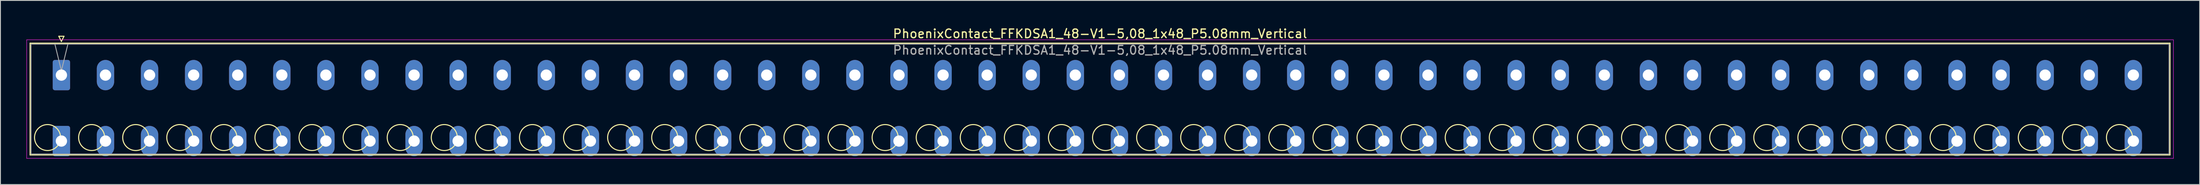
<source format=kicad_pcb>
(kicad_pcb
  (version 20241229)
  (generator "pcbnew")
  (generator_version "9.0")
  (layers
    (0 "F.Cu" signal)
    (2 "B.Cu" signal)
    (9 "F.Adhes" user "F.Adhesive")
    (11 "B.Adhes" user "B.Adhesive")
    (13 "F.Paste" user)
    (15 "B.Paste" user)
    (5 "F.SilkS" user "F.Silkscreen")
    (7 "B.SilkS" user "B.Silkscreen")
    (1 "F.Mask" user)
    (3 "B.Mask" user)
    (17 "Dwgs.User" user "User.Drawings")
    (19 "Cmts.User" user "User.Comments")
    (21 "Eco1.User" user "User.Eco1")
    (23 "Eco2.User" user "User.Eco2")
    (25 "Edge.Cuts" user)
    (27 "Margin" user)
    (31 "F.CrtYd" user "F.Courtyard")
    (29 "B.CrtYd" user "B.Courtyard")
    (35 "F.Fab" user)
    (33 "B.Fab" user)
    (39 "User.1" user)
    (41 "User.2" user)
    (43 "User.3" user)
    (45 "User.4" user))
  (footprint "PhoenixContact_FFKDSA1_48-V1-5,08_1x48_P5.08mm_Vertical"
    (layer "F.Cu")
    (at 4.025 5.628)
    (property "Reference" "PhoenixContact_FFKDSA1_48-V1-5,08_1x48_P5.08mm_Vertical" (at 119.69 -4.78 0) (layer "F.SilkS") (effects (font (size 1 1) (thickness 0.15))))
    (attr through_hole)
    (fp_line (start -3.61 -3.69) (end -3.61 9.23) (stroke (width 0.12) (type solid)) (layer "F.SilkS"))
    (fp_line (start -3.61 9.23) (end 242.99 9.23) (stroke (width 0.12) (type solid)) (layer "F.SilkS"))
    (fp_line (start -0.3 -4.49) (end 0.3 -4.49) (stroke (width 0.12) (type solid)) (layer "F.SilkS"))
    (fp_line (start 0 -3.89) (end -0.3 -4.49) (stroke (width 0.12) (type solid)) (layer "F.SilkS"))
    (fp_line (start 0.3 -4.49) (end 0 -3.89) (stroke (width 0.12) (type solid)) (layer "F.SilkS"))
    (fp_line (start 242.99 -3.69) (end -3.61 -3.69) (stroke (width 0.12) (type solid)) (layer "F.SilkS"))
    (fp_line (start 242.99 9.23) (end 242.99 -3.69) (stroke (width 0.12) (type solid)) (layer "F.SilkS"))
    (fp_circle (center -1.595 7.215) (end -0.095 7.215) (stroke (width 0.12) (type solid)) (fill no) (layer "F.SilkS"))
    (fp_circle (center 3.485 7.215) (end 4.985 7.215) (stroke (width 0.12) (type solid)) (fill no) (layer "F.SilkS"))
    (fp_circle (center 8.565 7.215) (end 10.065 7.215) (stroke (width 0.12) (type solid)) (fill no) (layer "F.SilkS"))
    (fp_circle (center 13.645 7.215) (end 15.145 7.215) (stroke (width 0.12) (type solid)) (fill no) (layer "F.SilkS"))
    (fp_circle (center 18.725 7.215) (end 20.225 7.215) (stroke (width 0.12) (type solid)) (fill no) (layer "F.SilkS"))
    (fp_circle (center 23.805 7.215) (end 25.305 7.215) (stroke (width 0.12) (type solid)) (fill no) (layer "F.SilkS"))
    (fp_circle (center 28.885 7.215) (end 30.385 7.215) (stroke (width 0.12) (type solid)) (fill no) (layer "F.SilkS"))
    (fp_circle (center 33.965 7.215) (end 35.465 7.215) (stroke (width 0.12) (type solid)) (fill no) (layer "F.SilkS"))
    (fp_circle (center 39.045 7.215) (end 40.545 7.215) (stroke (width 0.12) (type solid)) (fill no) (layer "F.SilkS"))
    (fp_circle (center 44.125 7.215) (end 45.625 7.215) (stroke (width 0.12) (type solid)) (fill no) (layer "F.SilkS"))
    (fp_circle (center 49.205 7.215) (end 50.705 7.215) (stroke (width 0.12) (type solid)) (fill no) (layer "F.SilkS"))
    (fp_circle (center 54.285 7.215) (end 55.785 7.215) (stroke (width 0.12) (type solid)) (fill no) (layer "F.SilkS"))
    (fp_circle (center 59.365 7.215) (end 60.865 7.215) (stroke (width 0.12) (type solid)) (fill no) (layer "F.SilkS"))
    (fp_circle (center 64.445 7.215) (end 65.945 7.215) (stroke (width 0.12) (type solid)) (fill no) (layer "F.SilkS"))
    (fp_circle (center 69.525 7.215) (end 71.025 7.215) (stroke (width 0.12) (type solid)) (fill no) (layer "F.SilkS"))
    (fp_circle (center 74.605 7.215) (end 76.105 7.215) (stroke (width 0.12) (type solid)) (fill no) (layer "F.SilkS"))
    (fp_circle (center 79.685 7.215) (end 81.185 7.215) (stroke (width 0.12) (type solid)) (fill no) (layer "F.SilkS"))
    (fp_circle (center 84.765 7.215) (end 86.265 7.215) (stroke (width 0.12) (type solid)) (fill no) (layer "F.SilkS"))
    (fp_circle (center 89.845 7.215) (end 91.345 7.215) (stroke (width 0.12) (type solid)) (fill no) (layer "F.SilkS"))
    (fp_circle (center 94.925 7.215) (end 96.425 7.215) (stroke (width 0.12) (type solid)) (fill no) (layer "F.SilkS"))
    (fp_circle (center 100.005 7.215) (end 101.505 7.215) (stroke (width 0.12) (type solid)) (fill no) (layer "F.SilkS"))
    (fp_circle (center 105.085 7.215) (end 106.585 7.215) (stroke (width 0.12) (type solid)) (fill no) (layer "F.SilkS"))
    (fp_circle (center 110.165 7.215) (end 111.665 7.215) (stroke (width 0.12) (type solid)) (fill no) (layer "F.SilkS"))
    (fp_circle (center 115.245 7.215) (end 116.745 7.215) (stroke (width 0.12) (type solid)) (fill no) (layer "F.SilkS"))
    (fp_circle (center 120.325 7.215) (end 121.825 7.215) (stroke (width 0.12) (type solid)) (fill no) (layer "F.SilkS"))
    (fp_circle (center 125.405 7.215) (end 126.905 7.215) (stroke (width 0.12) (type solid)) (fill no) (layer "F.SilkS"))
    (fp_circle (center 130.485 7.215) (end 131.985 7.215) (stroke (width 0.12) (type solid)) (fill no) (layer "F.SilkS"))
    (fp_circle (center 135.565 7.215) (end 137.065 7.215) (stroke (width 0.12) (type solid)) (fill no) (layer "F.SilkS"))
    (fp_circle (center 140.645 7.215) (end 142.145 7.215) (stroke (width 0.12) (type solid)) (fill no) (layer "F.SilkS"))
    (fp_circle (center 145.725 7.215) (end 147.225 7.215) (stroke (width 0.12) (type solid)) (fill no) (layer "F.SilkS"))
    (fp_circle (center 150.805 7.215) (end 152.305 7.215) (stroke (width 0.12) (type solid)) (fill no) (layer "F.SilkS"))
    (fp_circle (center 155.885 7.215) (end 157.385 7.215) (stroke (width 0.12) (type solid)) (fill no) (layer "F.SilkS"))
    (fp_circle (center 160.965 7.215) (end 162.465 7.215) (stroke (width 0.12) (type solid)) (fill no) (layer "F.SilkS"))
    (fp_circle (center 166.045 7.215) (end 167.545 7.215) (stroke (width 0.12) (type solid)) (fill no) (layer "F.SilkS"))
    (fp_circle (center 171.125 7.215) (end 172.625 7.215) (stroke (width 0.12) (type solid)) (fill no) (layer "F.SilkS"))
    (fp_circle (center 176.205 7.215) (end 177.705 7.215) (stroke (width 0.12) (type solid)) (fill no) (layer "F.SilkS"))
    (fp_circle (center 181.285 7.215) (end 182.785 7.215) (stroke (width 0.12) (type solid)) (fill no) (layer "F.SilkS"))
    (fp_circle (center 186.365 7.215) (end 187.865 7.215) (stroke (width 0.12) (type solid)) (fill no) (layer "F.SilkS"))
    (fp_circle (center 191.445 7.215) (end 192.945 7.215) (stroke (width 0.12) (type solid)) (fill no) (layer "F.SilkS"))
    (fp_circle (center 196.525 7.215) (end 198.025 7.215) (stroke (width 0.12) (type solid)) (fill no) (layer "F.SilkS"))
    (fp_circle (center 201.605 7.215) (end 203.105 7.215) (stroke (width 0.12) (type solid)) (fill no) (layer "F.SilkS"))
    (fp_circle (center 206.685 7.215) (end 208.185 7.215) (stroke (width 0.12) (type solid)) (fill no) (layer "F.SilkS"))
    (fp_circle (center 211.765 7.215) (end 213.265 7.215) (stroke (width 0.12) (type solid)) (fill no) (layer "F.SilkS"))
    (fp_circle (center 216.845 7.215) (end 218.345 7.215) (stroke (width 0.12) (type solid)) (fill no) (layer "F.SilkS"))
    (fp_circle (center 221.925 7.215) (end 223.425 7.215) (stroke (width 0.12) (type solid)) (fill no) (layer "F.SilkS"))
    (fp_circle (center 227.005 7.215) (end 228.505 7.215) (stroke (width 0.12) (type solid)) (fill no) (layer "F.SilkS"))
    (fp_circle (center 232.085 7.215) (end 233.585 7.215) (stroke (width 0.12) (type solid)) (fill no) (layer "F.SilkS"))
    (fp_circle (center 237.165 7.215) (end 238.665 7.215) (stroke (width 0.12) (type solid)) (fill no) (layer "F.SilkS"))
    (fp_line (start -4 -4.08) (end -4 9.62) (stroke (width 0.05) (type solid)) (layer "F.CrtYd"))
    (fp_line (start -4 9.62) (end 243.38 9.62) (stroke (width 0.05) (type solid)) (layer "F.CrtYd"))
    (fp_line (start 243.38 -4.08) (end -4 -4.08) (stroke (width 0.05) (type solid)) (layer "F.CrtYd"))
    (fp_line (start 243.38 9.62) (end 243.38 -4.08) (stroke (width 0.05) (type solid)) (layer "F.CrtYd"))
    (fp_line (start -3.5 -3.58) (end -3.5 9.12) (stroke (width 0.1) (type solid)) (layer "F.Fab"))
    (fp_line (start -3.5 9.12) (end 242.88 9.12) (stroke (width 0.1) (type solid)) (layer "F.Fab"))
    (fp_line (start 0 -0.5) (end -0.75 -3.58) (stroke (width 0.1) (type solid)) (layer "F.Fab"))
    (fp_line (start 0.75 -3.58) (end 0 -0.5) (stroke (width 0.1) (type solid)) (layer "F.Fab"))
    (fp_line (start 242.88 -3.58) (end -3.5 -3.58) (stroke (width 0.1) (type solid)) (layer "F.Fab"))
    (fp_line (start 242.88 9.12) (end 242.88 -3.58) (stroke (width 0.1) (type solid)) (layer "F.Fab"))
    (fp_text user "${REFERENCE}" (at 119.69 -2.88 0) (layer "F.Fab") (effects (font (size 1 1) (thickness 0.15))))
    (pad "1" thru_hole roundrect (at 0 0) (size 2 3.5) (drill 1.3) (layers "*.Cu" "*.Mask") (roundrect_rratio 0.125))
    (pad "1" thru_hole roundrect (at 0 7.62) (size 2 3.5) (drill 1.3) (layers "*.Cu" "*.Mask") (roundrect_rratio 0.125))
    (pad "2" thru_hole oval (at 5.08 0) (size 2 3.5) (drill 1.3) (layers "*.Cu" "*.Mask"))
    (pad "2" thru_hole oval (at 5.08 7.62) (size 2 3.5) (drill 1.3) (layers "*.Cu" "*.Mask"))
    (pad "3" thru_hole oval (at 10.16 0) (size 2 3.5) (drill 1.3) (layers "*.Cu" "*.Mask"))
    (pad "3" thru_hole oval (at 10.16 7.62) (size 2 3.5) (drill 1.3) (layers "*.Cu" "*.Mask"))
    (pad "4" thru_hole oval (at 15.24 0) (size 2 3.5) (drill 1.3) (layers "*.Cu" "*.Mask"))
    (pad "4" thru_hole oval (at 15.24 7.62) (size 2 3.5) (drill 1.3) (layers "*.Cu" "*.Mask"))
    (pad "5" thru_hole oval (at 20.32 0) (size 2 3.5) (drill 1.3) (layers "*.Cu" "*.Mask"))
    (pad "5" thru_hole oval (at 20.32 7.62) (size 2 3.5) (drill 1.3) (layers "*.Cu" "*.Mask"))
    (pad "6" thru_hole oval (at 25.4 0) (size 2 3.5) (drill 1.3) (layers "*.Cu" "*.Mask"))
    (pad "6" thru_hole oval (at 25.4 7.62) (size 2 3.5) (drill 1.3) (layers "*.Cu" "*.Mask"))
    (pad "7" thru_hole oval (at 30.48 0) (size 2 3.5) (drill 1.3) (layers "*.Cu" "*.Mask"))
    (pad "7" thru_hole oval (at 30.48 7.62) (size 2 3.5) (drill 1.3) (layers "*.Cu" "*.Mask"))
    (pad "8" thru_hole oval (at 35.56 0) (size 2 3.5) (drill 1.3) (layers "*.Cu" "*.Mask"))
    (pad "8" thru_hole oval (at 35.56 7.62) (size 2 3.5) (drill 1.3) (layers "*.Cu" "*.Mask"))
    (pad "9" thru_hole oval (at 40.64 0) (size 2 3.5) (drill 1.3) (layers "*.Cu" "*.Mask"))
    (pad "9" thru_hole oval (at 40.64 7.62) (size 2 3.5) (drill 1.3) (layers "*.Cu" "*.Mask"))
    (pad "10" thru_hole oval (at 45.72 0) (size 2 3.5) (drill 1.3) (layers "*.Cu" "*.Mask"))
    (pad "10" thru_hole oval (at 45.72 7.62) (size 2 3.5) (drill 1.3) (layers "*.Cu" "*.Mask"))
    (pad "11" thru_hole oval (at 50.8 0) (size 2 3.5) (drill 1.3) (layers "*.Cu" "*.Mask"))
    (pad "11" thru_hole oval (at 50.8 7.62) (size 2 3.5) (drill 1.3) (layers "*.Cu" "*.Mask"))
    (pad "12" thru_hole oval (at 55.88 0) (size 2 3.5) (drill 1.3) (layers "*.Cu" "*.Mask"))
    (pad "12" thru_hole oval (at 55.88 7.62) (size 2 3.5) (drill 1.3) (layers "*.Cu" "*.Mask"))
    (pad "13" thru_hole oval (at 60.96 0) (size 2 3.5) (drill 1.3) (layers "*.Cu" "*.Mask"))
    (pad "13" thru_hole oval (at 60.96 7.62) (size 2 3.5) (drill 1.3) (layers "*.Cu" "*.Mask"))
    (pad "14" thru_hole oval (at 66.04 0) (size 2 3.5) (drill 1.3) (layers "*.Cu" "*.Mask"))
    (pad "14" thru_hole oval (at 66.04 7.62) (size 2 3.5) (drill 1.3) (layers "*.Cu" "*.Mask"))
    (pad "15" thru_hole oval (at 71.12 0) (size 2 3.5) (drill 1.3) (layers "*.Cu" "*.Mask"))
    (pad "15" thru_hole oval (at 71.12 7.62) (size 2 3.5) (drill 1.3) (layers "*.Cu" "*.Mask"))
    (pad "16" thru_hole oval (at 76.2 0) (size 2 3.5) (drill 1.3) (layers "*.Cu" "*.Mask"))
    (pad "16" thru_hole oval (at 76.2 7.62) (size 2 3.5) (drill 1.3) (layers "*.Cu" "*.Mask"))
    (pad "17" thru_hole oval (at 81.28 0) (size 2 3.5) (drill 1.3) (layers "*.Cu" "*.Mask"))
    (pad "17" thru_hole oval (at 81.28 7.62) (size 2 3.5) (drill 1.3) (layers "*.Cu" "*.Mask"))
    (pad "18" thru_hole oval (at 86.36 0) (size 2 3.5) (drill 1.3) (layers "*.Cu" "*.Mask"))
    (pad "18" thru_hole oval (at 86.36 7.62) (size 2 3.5) (drill 1.3) (layers "*.Cu" "*.Mask"))
    (pad "19" thru_hole oval (at 91.44 0) (size 2 3.5) (drill 1.3) (layers "*.Cu" "*.Mask"))
    (pad "19" thru_hole oval (at 91.44 7.62) (size 2 3.5) (drill 1.3) (layers "*.Cu" "*.Mask"))
    (pad "20" thru_hole oval (at 96.52 0) (size 2 3.5) (drill 1.3) (layers "*.Cu" "*.Mask"))
    (pad "20" thru_hole oval (at 96.52 7.62) (size 2 3.5) (drill 1.3) (layers "*.Cu" "*.Mask"))
    (pad "21" thru_hole oval (at 101.6 0) (size 2 3.5) (drill 1.3) (layers "*.Cu" "*.Mask"))
    (pad "21" thru_hole oval (at 101.6 7.62) (size 2 3.5) (drill 1.3) (layers "*.Cu" "*.Mask"))
    (pad "22" thru_hole oval (at 106.68 0) (size 2 3.5) (drill 1.3) (layers "*.Cu" "*.Mask"))
    (pad "22" thru_hole oval (at 106.68 7.62) (size 2 3.5) (drill 1.3) (layers "*.Cu" "*.Mask"))
    (pad "23" thru_hole oval (at 111.76 0) (size 2 3.5) (drill 1.3) (layers "*.Cu" "*.Mask"))
    (pad "23" thru_hole oval (at 111.76 7.62) (size 2 3.5) (drill 1.3) (layers "*.Cu" "*.Mask"))
    (pad "24" thru_hole oval (at 116.84 0) (size 2 3.5) (drill 1.3) (layers "*.Cu" "*.Mask"))
    (pad "24" thru_hole oval (at 116.84 7.62) (size 2 3.5) (drill 1.3) (layers "*.Cu" "*.Mask"))
    (pad "25" thru_hole oval (at 121.92 0) (size 2 3.5) (drill 1.3) (layers "*.Cu" "*.Mask"))
    (pad "25" thru_hole oval (at 121.92 7.62) (size 2 3.5) (drill 1.3) (layers "*.Cu" "*.Mask"))
    (pad "26" thru_hole oval (at 127 0) (size 2 3.5) (drill 1.3) (layers "*.Cu" "*.Mask"))
    (pad "26" thru_hole oval (at 127 7.62) (size 2 3.5) (drill 1.3) (layers "*.Cu" "*.Mask"))
    (pad "27" thru_hole oval (at 132.08 0) (size 2 3.5) (drill 1.3) (layers "*.Cu" "*.Mask"))
    (pad "27" thru_hole oval (at 132.08 7.62) (size 2 3.5) (drill 1.3) (layers "*.Cu" "*.Mask"))
    (pad "28" thru_hole oval (at 137.16 0) (size 2 3.5) (drill 1.3) (layers "*.Cu" "*.Mask"))
    (pad "28" thru_hole oval (at 137.16 7.62) (size 2 3.5) (drill 1.3) (layers "*.Cu" "*.Mask"))
    (pad "29" thru_hole oval (at 142.24 0) (size 2 3.5) (drill 1.3) (layers "*.Cu" "*.Mask"))
    (pad "29" thru_hole oval (at 142.24 7.62) (size 2 3.5) (drill 1.3) (layers "*.Cu" "*.Mask"))
    (pad "30" thru_hole oval (at 147.32 0) (size 2 3.5) (drill 1.3) (layers "*.Cu" "*.Mask"))
    (pad "30" thru_hole oval (at 147.32 7.62) (size 2 3.5) (drill 1.3) (layers "*.Cu" "*.Mask"))
    (pad "31" thru_hole oval (at 152.4 0) (size 2 3.5) (drill 1.3) (layers "*.Cu" "*.Mask"))
    (pad "31" thru_hole oval (at 152.4 7.62) (size 2 3.5) (drill 1.3) (layers "*.Cu" "*.Mask"))
    (pad "32" thru_hole oval (at 157.48 0) (size 2 3.5) (drill 1.3) (layers "*.Cu" "*.Mask"))
    (pad "32" thru_hole oval (at 157.48 7.62) (size 2 3.5) (drill 1.3) (layers "*.Cu" "*.Mask"))
    (pad "33" thru_hole oval (at 162.56 0) (size 2 3.5) (drill 1.3) (layers "*.Cu" "*.Mask"))
    (pad "33" thru_hole oval (at 162.56 7.62) (size 2 3.5) (drill 1.3) (layers "*.Cu" "*.Mask"))
    (pad "34" thru_hole oval (at 167.64 0) (size 2 3.5) (drill 1.3) (layers "*.Cu" "*.Mask"))
    (pad "34" thru_hole oval (at 167.64 7.62) (size 2 3.5) (drill 1.3) (layers "*.Cu" "*.Mask"))
    (pad "35" thru_hole oval (at 172.72 0) (size 2 3.5) (drill 1.3) (layers "*.Cu" "*.Mask"))
    (pad "35" thru_hole oval (at 172.72 7.62) (size 2 3.5) (drill 1.3) (layers "*.Cu" "*.Mask"))
    (pad "36" thru_hole oval (at 177.8 0) (size 2 3.5) (drill 1.3) (layers "*.Cu" "*.Mask"))
    (pad "36" thru_hole oval (at 177.8 7.62) (size 2 3.5) (drill 1.3) (layers "*.Cu" "*.Mask"))
    (pad "37" thru_hole oval (at 182.88 0) (size 2 3.5) (drill 1.3) (layers "*.Cu" "*.Mask"))
    (pad "37" thru_hole oval (at 182.88 7.62) (size 2 3.5) (drill 1.3) (layers "*.Cu" "*.Mask"))
    (pad "38" thru_hole oval (at 187.96 0) (size 2 3.5) (drill 1.3) (layers "*.Cu" "*.Mask"))
    (pad "38" thru_hole oval (at 187.96 7.62) (size 2 3.5) (drill 1.3) (layers "*.Cu" "*.Mask"))
    (pad "39" thru_hole oval (at 193.04 0) (size 2 3.5) (drill 1.3) (layers "*.Cu" "*.Mask"))
    (pad "39" thru_hole oval (at 193.04 7.62) (size 2 3.5) (drill 1.3) (layers "*.Cu" "*.Mask"))
    (pad "40" thru_hole oval (at 198.12 0) (size 2 3.5) (drill 1.3) (layers "*.Cu" "*.Mask"))
    (pad "40" thru_hole oval (at 198.12 7.62) (size 2 3.5) (drill 1.3) (layers "*.Cu" "*.Mask"))
    (pad "41" thru_hole oval (at 203.2 0) (size 2 3.5) (drill 1.3) (layers "*.Cu" "*.Mask"))
    (pad "41" thru_hole oval (at 203.2 7.62) (size 2 3.5) (drill 1.3) (layers "*.Cu" "*.Mask"))
    (pad "42" thru_hole oval (at 208.28 0) (size 2 3.5) (drill 1.3) (layers "*.Cu" "*.Mask"))
    (pad "42" thru_hole oval (at 208.28 7.62) (size 2 3.5) (drill 1.3) (layers "*.Cu" "*.Mask"))
    (pad "43" thru_hole oval (at 213.36 0) (size 2 3.5) (drill 1.3) (layers "*.Cu" "*.Mask"))
    (pad "43" thru_hole oval (at 213.36 7.62) (size 2 3.5) (drill 1.3) (layers "*.Cu" "*.Mask"))
    (pad "44" thru_hole oval (at 218.44 0) (size 2 3.5) (drill 1.3) (layers "*.Cu" "*.Mask"))
    (pad "44" thru_hole oval (at 218.44 7.62) (size 2 3.5) (drill 1.3) (layers "*.Cu" "*.Mask"))
    (pad "45" thru_hole oval (at 223.52 0) (size 2 3.5) (drill 1.3) (layers "*.Cu" "*.Mask"))
    (pad "45" thru_hole oval (at 223.52 7.62) (size 2 3.5) (drill 1.3) (layers "*.Cu" "*.Mask"))
    (pad "46" thru_hole oval (at 228.6 0) (size 2 3.5) (drill 1.3) (layers "*.Cu" "*.Mask"))
    (pad "46" thru_hole oval (at 228.6 7.62) (size 2 3.5) (drill 1.3) (layers "*.Cu" "*.Mask"))
    (pad "47" thru_hole oval (at 233.68 0) (size 2 3.5) (drill 1.3) (layers "*.Cu" "*.Mask"))
    (pad "47" thru_hole oval (at 233.68 7.62) (size 2 3.5) (drill 1.3) (layers "*.Cu" "*.Mask"))
    (pad "48" thru_hole oval (at 238.76 0) (size 2 3.5) (drill 1.3) (layers "*.Cu" "*.Mask"))
    (pad "48" thru_hole oval (at 238.76 7.62) (size 2 3.5) (drill 1.3) (layers "*.Cu" "*.Mask")))
  (gr_rect
    (start -3 -3)
    (end 250.43 18.273)
    (stroke (width 0.1) (type default))
    (fill no)
    (layer "Edge.Cuts")))
</source>
